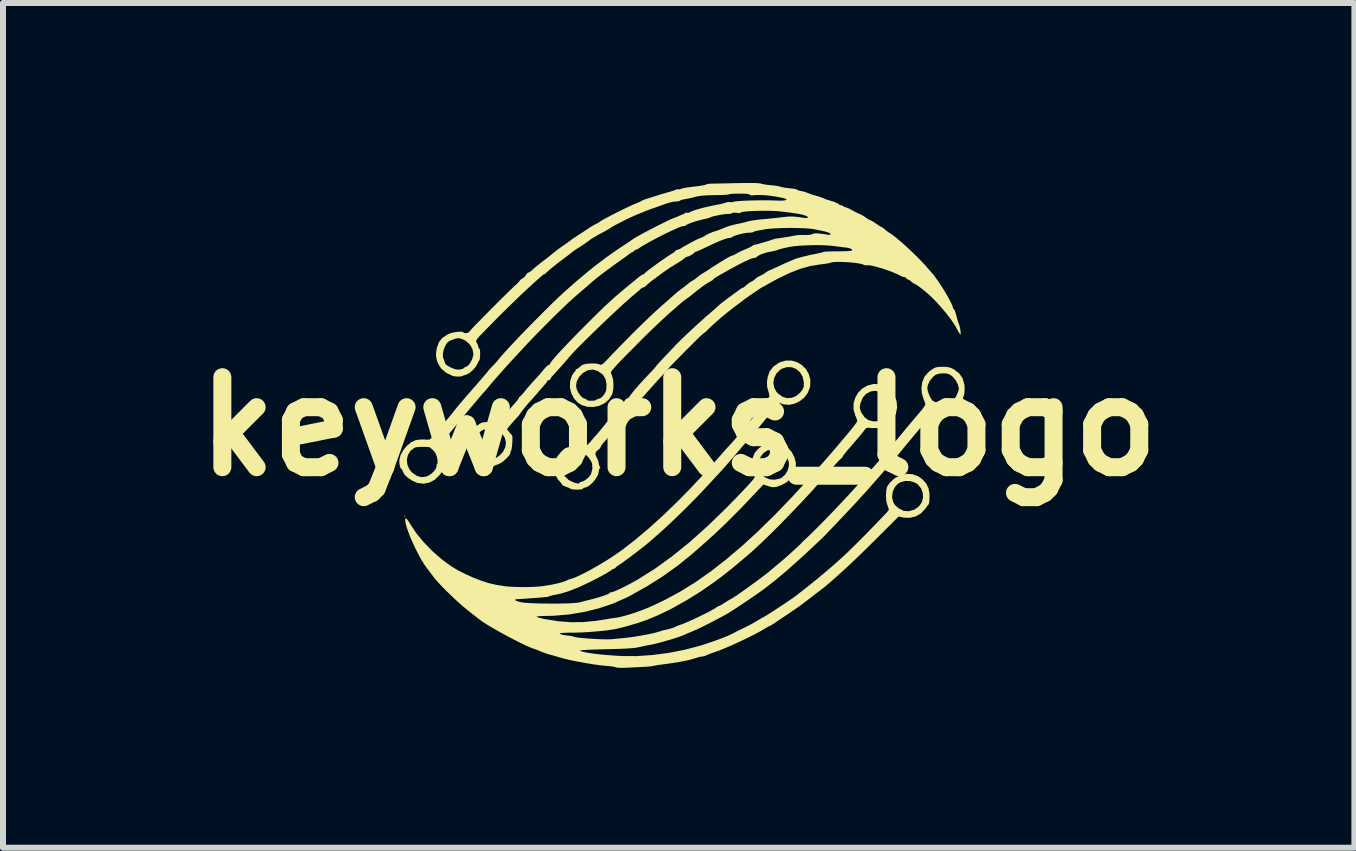
<source format=kicad_pcb>
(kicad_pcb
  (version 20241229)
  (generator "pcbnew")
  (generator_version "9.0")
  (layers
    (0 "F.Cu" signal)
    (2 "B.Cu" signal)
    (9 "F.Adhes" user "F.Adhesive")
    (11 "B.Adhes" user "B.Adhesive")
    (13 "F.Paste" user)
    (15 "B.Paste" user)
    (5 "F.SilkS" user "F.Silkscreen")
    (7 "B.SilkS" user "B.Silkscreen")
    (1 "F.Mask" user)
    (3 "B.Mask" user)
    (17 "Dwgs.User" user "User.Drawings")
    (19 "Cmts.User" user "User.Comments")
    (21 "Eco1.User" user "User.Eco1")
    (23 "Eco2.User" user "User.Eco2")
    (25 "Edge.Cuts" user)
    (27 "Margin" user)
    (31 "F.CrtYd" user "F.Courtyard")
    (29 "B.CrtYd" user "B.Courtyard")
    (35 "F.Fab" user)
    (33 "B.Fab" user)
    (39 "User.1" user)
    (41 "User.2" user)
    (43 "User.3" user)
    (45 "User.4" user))
  (footprint "keyworks_logo"
    (layer "F.Cu")
    (at 8.264 4.06)
    (property "Reference" "keyworks_logo" (at 0 0 0) (layer "F.SilkS") (effects (font (size 1.5 1.5) (thickness 0.3))))
    (attr board_only exclude_from_pos_files exclude_from_bom)
    (fp_poly (pts (xy -4.562 1.486) (xy -4.56 1.506) (xy -4.562 1.508) (xy -4.572 1.506) (xy -4.573 1.497) (xy -4.567 1.483)) (stroke (width 0) (type solid)) (fill yes) (layer "F.SilkS"))
    (fp_poly (pts (xy 1.883 -1.098) (xy 1.974 -1.072) (xy 2.055 -1.024) (xy 2.122 -0.956) (xy 2.169 -0.874) (xy 2.195 -0.779) (xy 2.193 -0.677) (xy 2.188 -0.651) (xy 2.153 -0.561) (xy 2.095 -0.483) (xy 2.019 -0.422) (xy 1.932 -0.38) (xy 1.84 -0.361) (xy 1.749 -0.369) (xy 1.721 -0.378) (xy 1.704 -0.384) (xy 1.691 -0.386) (xy 1.676 -0.382) (xy 1.657 -0.368) (xy 1.63 -0.341) (xy 1.593 -0.298) (xy 1.542 -0.236) (xy 1.475 -0.153) (xy 1.457 -0.132) (xy 1.37 -0.025) (xy 1.3 0.059) (xy 1.247 0.121) (xy 1.199 0.176) (xy 1.136 0.249) (xy 1.064 0.332) (xy 0.99 0.418) (xy 0.92 0.5) (xy 0.86 0.57) (xy 0.848 0.584) (xy 0.789 0.652) (xy 0.724 0.725) (xy 0.665 0.79) (xy 0.657 0.798) (xy 0.606 0.853) (xy 0.542 0.922) (xy 0.475 0.994) (xy 0.436 1.036) (xy 0.279 1.202) (xy 0.107 1.375) (xy -0.072 1.548) (xy -0.249 1.714) (xy -0.419 1.865) (xy -0.51 1.943) (xy -0.57 1.992) (xy -0.644 2.05) (xy -0.724 2.112) (xy -0.805 2.173) (xy -0.882 2.229) (xy -0.946 2.276) (xy -0.994 2.308) (xy -1.005 2.315) (xy -1.037 2.337) (xy -1.053 2.355) (xy -1.053 2.356) (xy -1.066 2.368) (xy -1.074 2.369) (xy -1.104 2.38) (xy -1.115 2.389) (xy -1.146 2.411) (xy -1.201 2.445) (xy -1.278 2.488) (xy -1.372 2.538) (xy -1.472 2.589) (xy -1.664 2.679) (xy -1.833 2.746) (xy -1.98 2.79) (xy -2.056 2.805) (xy -2.105 2.814) (xy -2.14 2.824) (xy -2.147 2.827) (xy -2.176 2.838) (xy -2.196 2.842) (xy -2.234 2.845) (xy -2.295 2.851) (xy -2.372 2.857) (xy -2.456 2.863) (xy -2.538 2.869) (xy -2.608 2.874) (xy -2.66 2.877) (xy -2.677 2.878) (xy -2.718 2.882) (xy -2.729 2.892) (xy -2.71 2.906) (xy -2.664 2.921) (xy -2.628 2.93) (xy -2.577 2.937) (xy -2.502 2.943) (xy -2.406 2.948) (xy -2.297 2.951) (xy -2.18 2.952) (xy -2.062 2.953) (xy -1.948 2.951) (xy -1.843 2.949) (xy -1.755 2.944) (xy -1.688 2.939) (xy -1.653 2.933) (xy -1.601 2.919) (xy -1.534 2.901) (xy -1.481 2.888) (xy -1.395 2.866) (xy -1.314 2.842) (xy -1.244 2.82) (xy -1.19 2.799) (xy -1.158 2.784) (xy -1.152 2.777) (xy -1.138 2.766) (xy -1.123 2.764) (xy -1.091 2.756) (xy -1.037 2.734) (xy -0.965 2.701) (xy -0.88 2.659) (xy -0.789 2.611) (xy -0.696 2.559) (xy -0.658 2.537) (xy -0.385 2.364) (xy -0.104 2.16) (xy 0.186 1.925) (xy 0.485 1.658) (xy 0.793 1.359) (xy 0.827 1.324) (xy 0.952 1.197) (xy 1.057 1.088) (xy 1.141 0.998) (xy 1.205 0.928) (xy 1.247 0.878) (xy 1.266 0.851) (xy 1.267 0.846) (xy 1.261 0.814) (xy 1.252 0.786) (xy 1.222 0.701) (xy 1.208 0.638) (xy 1.334 0.638) (xy 1.336 0.66) (xy 1.348 0.736) (xy 1.376 0.792) (xy 1.427 0.839) (xy 1.456 0.858) (xy 1.524 0.883) (xy 1.604 0.887) (xy 1.683 0.87) (xy 1.719 0.854) (xy 1.775 0.803) (xy 1.817 0.733) (xy 1.838 0.655) (xy 1.838 0.606) (xy 1.812 0.521) (xy 1.766 0.453) (xy 1.703 0.406) (xy 1.631 0.38) (xy 1.555 0.377) (xy 1.48 0.398) (xy 1.413 0.444) (xy 1.373 0.495) (xy 1.347 0.542) (xy 1.335 0.584) (xy 1.334 0.638) (xy 1.208 0.638) (xy 1.208 0.636) (xy 1.209 0.596) (xy 1.213 0.589) (xy 1.227 0.559) (xy 1.239 0.514) (xy 1.241 0.506) (xy 1.266 0.445) (xy 1.315 0.383) (xy 1.382 0.327) (xy 1.439 0.294) (xy 1.536 0.266) (xy 1.635 0.268) (xy 1.73 0.296) (xy 1.814 0.348) (xy 1.883 0.422) (xy 1.93 0.514) (xy 1.931 0.517) (xy 1.953 0.603) (xy 1.954 0.675) (xy 1.934 0.748) (xy 1.918 0.782) (xy 1.867 0.866) (xy 1.801 0.929) (xy 1.714 0.977) (xy 1.693 0.985) (xy 1.628 1.007) (xy 1.574 1.013) (xy 1.516 1.002) (xy 1.467 0.986) (xy 1.413 0.967) (xy 1.245 1.145) (xy 1.065 1.335) (xy 0.898 1.504) (xy 0.741 1.659) (xy 0.587 1.804) (xy 0.429 1.946) (xy 0.329 2.034) (xy 0.305 2.055) (xy 0.264 2.09) (xy 0.216 2.133) (xy 0.211 2.137) (xy -0.013 2.318) (xy -0.263 2.497) (xy -0.534 2.668) (xy -0.819 2.827) (xy -0.872 2.854) (xy -1.086 2.949) (xy -1.321 3.029) (xy -1.571 3.091) (xy -1.828 3.134) (xy -2.082 3.155) (xy -2.184 3.158) (xy -2.257 3.159) (xy -2.317 3.162) (xy -2.356 3.167) (xy -2.369 3.171) (xy -2.354 3.18) (xy -2.314 3.192) (xy -2.256 3.206) (xy -2.225 3.212) (xy -2.005 3.247) (xy -1.796 3.263) (xy -1.588 3.261) (xy -1.371 3.239) (xy -1.209 3.214) (xy -1.143 3.202) (xy -1.086 3.194) (xy -1.049 3.189) (xy -1.045 3.189) (xy -1.01 3.183) (xy -0.954 3.17) (xy -0.885 3.152) (xy -0.814 3.132) (xy -0.75 3.111) (xy -0.74 3.108) (xy -0.622 3.066) (xy -0.513 3.023) (xy -0.403 2.974) (xy -0.281 2.916) (xy -0.206 2.879) (xy 0.036 2.747) (xy 0.282 2.594) (xy 0.532 2.419) (xy 0.787 2.22) (xy 1.05 1.998) (xy 1.321 1.75) (xy 1.6 1.477) (xy 1.89 1.176) (xy 2.191 0.847) (xy 2.502 0.493) (xy 2.625 0.35) (xy 2.727 0.229) (xy 2.81 0.131) (xy 2.875 0.052) (xy 2.923 -0.009) (xy 2.955 -0.052) (xy 2.973 -0.08) (xy 2.977 -0.093) (xy 2.971 -0.118) (xy 2.955 -0.16) (xy 2.945 -0.183) (xy 2.916 -0.283) (xy 2.916 -0.303) (xy 3.02 -0.303) (xy 3.031 -0.266) (xy 3.047 -0.231) (xy 3.099 -0.154) (xy 3.163 -0.106) (xy 3.242 -0.086) (xy 3.294 -0.086) (xy 3.357 -0.094) (xy 3.4 -0.11) (xy 3.439 -0.14) (xy 3.44 -0.141) (xy 3.501 -0.213) (xy 3.532 -0.288) (xy 3.537 -0.337) (xy 3.522 -0.419) (xy 3.481 -0.491) (xy 3.421 -0.547) (xy 3.348 -0.583) (xy 3.268 -0.595) (xy 3.199 -0.583) (xy 3.122 -0.542) (xy 3.068 -0.48) (xy 3.033 -0.393) (xy 3.033 -0.393) (xy 3.021 -0.34) (xy 3.02 -0.303) (xy 2.916 -0.303) (xy 2.916 -0.384) (xy 2.943 -0.478) (xy 2.992 -0.563) (xy 3.062 -0.633) (xy 3.148 -0.683) (xy 3.247 -0.708) (xy 3.283 -0.709) (xy 3.377 -0.694) (xy 3.468 -0.652) (xy 3.546 -0.588) (xy 3.597 -0.519) (xy 3.634 -0.418) (xy 3.642 -0.314) (xy 3.621 -0.212) (xy 3.573 -0.119) (xy 3.509 -0.051) (xy 3.422 0.003) (xy 3.325 0.027) (xy 3.222 0.026) (xy 3.168 0.021) (xy 3.136 0.024) (xy 3.115 0.037) (xy 3.094 0.064) (xy 3.078 0.085) (xy 3.061 0.108) (xy 3.038 0.136) (xy 3.007 0.174) (xy 2.963 0.224) (xy 2.904 0.293) (xy 2.848 0.357) (xy 2.8 0.413) (xy 2.762 0.461) (xy 2.737 0.496) (xy 2.731 0.509) (xy 2.72 0.526) (xy 2.716 0.526) (xy 2.702 0.538) (xy 2.669 0.571) (xy 2.623 0.621) (xy 2.567 0.684) (xy 2.515 0.744) (xy 2.363 0.918) (xy 2.201 1.098) (xy 2.032 1.28) (xy 1.861 1.459) (xy 1.693 1.632) (xy 1.531 1.793) (xy 1.38 1.939) (xy 1.244 2.065) (xy 1.214 2.092) (xy 1.14 2.156) (xy 1.056 2.227) (xy 0.968 2.301) (xy 0.882 2.372) (xy 0.803 2.435) (xy 0.737 2.487) (xy 0.691 2.522) (xy 0.652 2.55) (xy 0.603 2.585) (xy 0.584 2.6) (xy 0.366 2.752) (xy 0.129 2.899) (xy -0.111 3.033) (xy -0.18 3.068) (xy -0.352 3.15) (xy -0.515 3.218) (xy -0.681 3.276) (xy -0.861 3.329) (xy -1.012 3.368) (xy -1.096 3.384) (xy -1.206 3.4) (xy -1.333 3.413) (xy -1.468 3.425) (xy -1.605 3.433) (xy -1.736 3.437) (xy -1.776 3.437) (xy -1.868 3.438) (xy -1.93 3.441) (xy -1.967 3.445) (xy -1.98 3.452) (xy -1.978 3.457) (xy -1.952 3.469) (xy -1.905 3.479) (xy -1.864 3.484) (xy -1.809 3.49) (xy -1.768 3.498) (xy -1.752 3.504) (xy -1.728 3.511) (xy -1.677 3.519) (xy -1.606 3.527) (xy -1.522 3.534) (xy -1.431 3.54) (xy -1.339 3.545) (xy -1.253 3.548) (xy -1.18 3.549) (xy -1.126 3.547) (xy -1.115 3.546) (xy -1.045 3.539) (xy -0.975 3.532) (xy -0.938 3.529) (xy -0.844 3.519) (xy -0.737 3.505) (xy -0.625 3.486) (xy -0.516 3.466) (xy -0.418 3.445) (xy -0.339 3.424) (xy -0.296 3.41) (xy -0.258 3.398) (xy -0.247 3.396) (xy -0.187 3.383) (xy -0.129 3.367) (xy -0.082 3.352) (xy -0.058 3.341) (xy -0.033 3.328) (xy 0.011 3.311) (xy 0.025 3.307) (xy 0.079 3.287) (xy 0.151 3.257) (xy 0.235 3.22) (xy 0.324 3.178) (xy 0.412 3.135) (xy 0.493 3.095) (xy 0.561 3.058) (xy 0.609 3.03) (xy 0.626 3.017) (xy 0.654 2.998) (xy 0.668 2.994) (xy 0.689 2.986) (xy 0.728 2.964) (xy 0.771 2.936) (xy 0.817 2.907) (xy 0.851 2.886) (xy 0.865 2.879) (xy 0.885 2.869) (xy 0.926 2.843) (xy 0.985 2.804) (xy 1.056 2.754) (xy 1.136 2.697) (xy 1.22 2.636) (xy 1.304 2.575) (xy 1.383 2.516) (xy 1.453 2.463) (xy 1.509 2.419) (xy 1.547 2.387) (xy 1.548 2.385) (xy 1.576 2.361) (xy 1.618 2.326) (xy 1.647 2.303) (xy 1.7 2.258) (xy 1.767 2.201) (xy 1.84 2.136) (xy 1.913 2.07) (xy 1.979 2.009) (xy 2.032 1.958) (xy 2.061 1.928) (xy 2.092 1.897) (xy 2.103 1.887) (xy 2.171 1.824) (xy 2.257 1.74) (xy 2.358 1.639) (xy 2.469 1.526) (xy 2.587 1.403) (xy 2.708 1.275) (xy 2.829 1.146) (xy 2.945 1.019) (xy 3.053 0.899) (xy 3.148 0.791) (xy 3.195 0.738) (xy 3.239 0.686) (xy 3.271 0.65) (xy 3.321 0.593) (xy 3.388 0.514) (xy 3.47 0.418) (xy 3.562 0.308) (xy 3.663 0.189) (xy 3.764 0.067) (xy 3.81 0.011) (xy 3.847 -0.032) (xy 3.88 -0.072) (xy 3.915 -0.113) (xy 3.959 -0.165) (xy 4.017 -0.234) (xy 4.025 -0.243) (xy 4.066 -0.293) (xy 4.096 -0.336) (xy 4.112 -0.364) (xy 4.113 -0.369) (xy 4.106 -0.396) (xy 4.09 -0.44) (xy 4.08 -0.463) (xy 4.055 -0.55) (xy 4.047 -0.633) (xy 4.048 -0.64) (xy 4.146 -0.64) (xy 4.153 -0.591) (xy 4.173 -0.532) (xy 4.2 -0.476) (xy 4.227 -0.436) (xy 4.233 -0.43) (xy 4.295 -0.398) (xy 4.376 -0.382) (xy 4.464 -0.386) (xy 4.512 -0.396) (xy 4.553 -0.413) (xy 4.585 -0.442) (xy 4.619 -0.493) (xy 4.623 -0.498) (xy 4.649 -0.554) (xy 4.667 -0.606) (xy 4.671 -0.633) (xy 4.656 -0.699) (xy 4.62 -0.768) (xy 4.57 -0.829) (xy 4.54 -0.852) (xy 4.499 -0.875) (xy 4.458 -0.885) (xy 4.401 -0.885) (xy 4.388 -0.885) (xy 4.326 -0.877) (xy 4.283 -0.861) (xy 4.245 -0.831) (xy 4.244 -0.83) (xy 4.185 -0.759) (xy 4.152 -0.685) (xy 4.146 -0.64) (xy 4.048 -0.64) (xy 4.061 -0.742) (xy 4.101 -0.834) (xy 4.171 -0.912) (xy 4.202 -0.936) (xy 4.248 -0.967) (xy 4.287 -0.985) (xy 4.332 -0.993) (xy 4.396 -0.995) (xy 4.399 -0.995) (xy 4.468 -0.993) (xy 4.519 -0.984) (xy 4.565 -0.965) (xy 4.594 -0.949) (xy 4.677 -0.885) (xy 4.733 -0.804) (xy 4.762 -0.705) (xy 4.768 -0.657) (xy 4.764 -0.553) (xy 4.739 -0.467) (xy 4.688 -0.392) (xy 4.609 -0.323) (xy 4.582 -0.305) (xy 4.544 -0.286) (xy 4.496 -0.275) (xy 4.427 -0.271) (xy 4.404 -0.27) (xy 4.275 -0.269) (xy 4.19 -0.168) (xy 4.152 -0.123) (xy 4.101 -0.062) (xy 4.041 0.01) (xy 3.976 0.088) (xy 3.91 0.166) (xy 3.849 0.24) (xy 3.796 0.303) (xy 3.756 0.352) (xy 3.734 0.378) (xy 3.692 0.43) (xy 3.651 0.48) (xy 3.602 0.537) (xy 3.555 0.592) (xy 3.515 0.639) (xy 3.463 0.698) (xy 3.403 0.767) (xy 3.34 0.84) (xy 3.276 0.912) (xy 3.217 0.98) (xy 3.165 1.039) (xy 3.124 1.085) (xy 3.099 1.113) (xy 3.093 1.119) (xy 3.079 1.134) (xy 3.048 1.167) (xy 3.007 1.212) (xy 2.995 1.226) (xy 2.951 1.274) (xy 2.893 1.337) (xy 2.825 1.409) (xy 2.75 1.488) (xy 2.674 1.569) (xy 2.599 1.648) (xy 2.529 1.721) (xy 2.468 1.785) (xy 2.42 1.834) (xy 2.389 1.866) (xy 2.38 1.874) (xy 2.354 1.898) (xy 2.312 1.937) (xy 2.264 1.983) (xy 2.256 1.991) (xy 2.193 2.05) (xy 2.111 2.126) (xy 2.014 2.214) (xy 1.907 2.309) (xy 1.802 2.403) (xy 1.717 2.475) (xy 1.621 2.555) (xy 1.521 2.634) (xy 1.429 2.705) (xy 1.367 2.75) (xy 1.295 2.801) (xy 1.212 2.858) (xy 1.124 2.918) (xy 1.037 2.976) (xy 0.955 3.03) (xy 0.884 3.076) (xy 0.83 3.11) (xy 0.798 3.129) (xy 0.757 3.151) (xy 0.701 3.181) (xy 0.65 3.208) (xy 0.523 3.275) (xy 0.404 3.335) (xy 0.299 3.385) (xy 0.216 3.421) (xy 0.214 3.422) (xy 0.16 3.444) (xy 0.115 3.463) (xy 0.096 3.472) (xy 0.053 3.49) (xy -0.014 3.514) (xy -0.097 3.541) (xy -0.189 3.568) (xy -0.28 3.594) (xy -0.364 3.616) (xy -0.433 3.632) (xy -0.452 3.636) (xy -0.525 3.649) (xy -0.608 3.667) (xy -0.658 3.678) (xy -0.708 3.688) (xy -0.776 3.695) (xy -0.866 3.702) (xy -0.98 3.707) (xy -1.122 3.711) (xy -1.205 3.713) (xy -1.321 3.716) (xy -1.426 3.719) (xy -1.515 3.723) (xy -1.584 3.727) (xy -1.629 3.731) (xy -1.645 3.734) (xy -1.645 3.734) (xy -1.629 3.746) (xy -1.585 3.759) (xy -1.515 3.773) (xy -1.425 3.786) (xy -1.317 3.799) (xy -1.197 3.81) (xy -1.068 3.82) (xy -0.946 3.827) (xy -0.7 3.828) (xy -0.438 3.81) (xy -0.169 3.775) (xy 0.097 3.723) (xy 0.351 3.657) (xy 0.461 3.622) (xy 0.594 3.576) (xy 0.702 3.537) (xy 0.788 3.503) (xy 0.859 3.472) (xy 0.92 3.442) (xy 0.954 3.424) (xy 0.98 3.41) (xy 1.027 3.387) (xy 1.085 3.359) (xy 1.094 3.355) (xy 1.161 3.322) (xy 1.226 3.287) (xy 1.275 3.259) (xy 1.275 3.259) (xy 1.332 3.224) (xy 1.396 3.188) (xy 1.415 3.178) (xy 1.455 3.155) (xy 1.515 3.117) (xy 1.59 3.069) (xy 1.673 3.015) (xy 1.758 2.959) (xy 1.837 2.905) (xy 1.906 2.858) (xy 1.957 2.821) (xy 1.976 2.807) (xy 2.021 2.771) (xy 2.067 2.736) (xy 2.183 2.644) (xy 2.31 2.541) (xy 2.44 2.432) (xy 2.566 2.325) (xy 2.679 2.225) (xy 2.763 2.148) (xy 2.825 2.089) (xy 2.898 2.018) (xy 2.978 1.939) (xy 3.062 1.855) (xy 3.147 1.769) (xy 3.23 1.684) (xy 3.307 1.604) (xy 3.376 1.532) (xy 3.434 1.471) (xy 3.476 1.425) (xy 3.5 1.396) (xy 3.504 1.389) (xy 3.498 1.362) (xy 3.483 1.32) (xy 3.478 1.306) (xy 3.461 1.243) (xy 3.456 1.166) (xy 3.558 1.166) (xy 3.561 1.196) (xy 3.577 1.259) (xy 3.602 1.304) (xy 3.644 1.345) (xy 3.672 1.366) (xy 3.75 1.406) (xy 3.833 1.413) (xy 3.921 1.389) (xy 3.94 1.38) (xy 4.008 1.33) (xy 4.053 1.263) (xy 4.074 1.187) (xy 4.07 1.109) (xy 4.043 1.034) (xy 3.991 0.97) (xy 3.947 0.939) (xy 3.866 0.911) (xy 3.779 0.908) (xy 3.697 0.93) (xy 3.656 0.954) (xy 3.603 1.011) (xy 3.569 1.086) (xy 3.558 1.166) (xy 3.456 1.166) (xy 3.456 1.161) (xy 3.457 1.125) (xy 3.462 1.06) (xy 3.471 1.016) (xy 3.489 0.98) (xy 3.52 0.939) (xy 3.529 0.929) (xy 3.609 0.857) (xy 3.701 0.811) (xy 3.8 0.79) (xy 3.9 0.796) (xy 3.993 0.83) (xy 4.061 0.878) (xy 4.125 0.949) (xy 4.164 1.026) (xy 4.181 1.118) (xy 4.182 1.164) (xy 4.18 1.225) (xy 4.176 1.272) (xy 4.169 1.296) (xy 4.168 1.298) (xy 4.151 1.316) (xy 4.124 1.353) (xy 4.104 1.38) (xy 4.038 1.45) (xy 3.953 1.498) (xy 3.856 1.522) (xy 3.755 1.52) (xy 3.738 1.516) (xy 3.668 1.5) (xy 3.277 1.89) (xy 3.14 2.026) (xy 3.003 2.159) (xy 2.869 2.286) (xy 2.742 2.404) (xy 2.625 2.51) (xy 2.522 2.6) (xy 2.436 2.673) (xy 2.385 2.712) (xy 2.34 2.747) (xy 2.284 2.79) (xy 2.243 2.821) (xy 2.146 2.896) (xy 2.065 2.958) (xy 1.99 3.012) (xy 1.911 3.067) (xy 1.818 3.13) (xy 1.785 3.152) (xy 1.72 3.195) (xy 1.657 3.238) (xy 1.606 3.272) (xy 1.601 3.276) (xy 1.56 3.303) (xy 1.531 3.32) (xy 1.523 3.323) (xy 1.504 3.331) (xy 1.468 3.351) (xy 1.451 3.362) (xy 1.369 3.41) (xy 1.265 3.466) (xy 1.145 3.526) (xy 1.017 3.587) (xy 0.89 3.645) (xy 0.77 3.697) (xy 0.665 3.739) (xy 0.609 3.759) (xy 0.544 3.781) (xy 0.492 3.801) (xy 0.459 3.816) (xy 0.453 3.819) (xy 0.425 3.83) (xy 0.399 3.833) (xy 0.364 3.838) (xy 0.31 3.852) (xy 0.259 3.868) (xy 0.186 3.889) (xy 0.096 3.909) (xy -0.016 3.93) (xy -0.154 3.951) (xy -0.263 3.966) (xy -0.33 3.975) (xy -0.386 3.984) (xy -0.422 3.991) (xy -0.428 3.993) (xy -0.456 3.998) (xy -0.506 4.003) (xy -0.569 4.007) (xy -0.576 4.007) (xy -0.65 4.011) (xy -0.741 4.015) (xy -0.834 4.02) (xy -0.865 4.021) (xy -0.936 4.024) (xy -0.995 4.023) (xy -1.034 4.019) (xy -1.046 4.015) (xy -1.068 4.007) (xy -1.115 4) (xy -1.176 3.993) (xy -1.193 3.992) (xy -1.29 3.983) (xy -1.409 3.967) (xy -1.539 3.946) (xy -1.671 3.922) (xy -1.797 3.897) (xy -1.908 3.871) (xy -1.982 3.85) (xy -2.051 3.83) (xy -2.117 3.811) (xy -2.163 3.799) (xy -2.223 3.78) (xy -2.286 3.756) (xy -2.295 3.752) (xy -2.355 3.727) (xy -2.418 3.704) (xy -2.426 3.701) (xy -2.486 3.679) (xy -2.567 3.642) (xy -2.665 3.594) (xy -2.773 3.539) (xy -2.886 3.479) (xy -2.997 3.418) (xy -3.102 3.358) (xy -3.194 3.303) (xy -3.268 3.256) (xy -3.312 3.224) (xy -3.332 3.209) (xy -3.372 3.177) (xy -3.427 3.134) (xy -3.491 3.084) (xy -3.504 3.074) (xy -3.588 3.005) (xy -3.682 2.923) (xy -3.778 2.833) (xy -3.873 2.741) (xy -3.96 2.653) (xy -4.033 2.573) (xy -4.088 2.507) (xy -4.096 2.495) (xy -4.136 2.442) (xy -4.175 2.39) (xy -4.194 2.366) (xy -4.241 2.3) (xy -4.291 2.219) (xy -4.341 2.128) (xy -4.39 2.031) (xy -4.436 1.932) (xy -4.477 1.836) (xy -4.512 1.745) (xy -4.539 1.666) (xy -4.555 1.601) (xy -4.559 1.555) (xy -4.551 1.532) (xy -4.544 1.53) (xy -4.53 1.543) (xy -4.505 1.578) (xy -4.474 1.628) (xy -4.467 1.639) (xy -4.371 1.783) (xy -4.25 1.929) (xy -4.111 2.073) (xy -3.961 2.205) (xy -3.805 2.321) (xy -3.792 2.33) (xy -3.681 2.397) (xy -3.552 2.462) (xy -3.416 2.523) (xy -3.279 2.575) (xy -3.152 2.615) (xy -3.042 2.64) (xy -3.035 2.641) (xy -2.975 2.65) (xy -2.921 2.659) (xy -2.904 2.662) (xy -2.835 2.669) (xy -2.743 2.674) (xy -2.637 2.677) (xy -2.527 2.677) (xy -2.421 2.674) (xy -2.328 2.668) (xy -2.295 2.665) (xy -2.21 2.653) (xy -2.122 2.638) (xy -2.036 2.62) (xy -1.96 2.601) (xy -1.902 2.583) (xy -1.869 2.568) (xy -1.868 2.568) (xy -1.84 2.554) (xy -1.803 2.543) (xy -1.736 2.521) (xy -1.649 2.482) (xy -1.544 2.43) (xy -1.429 2.367) (xy -1.307 2.296) (xy -1.183 2.221) (xy -1.064 2.143) (xy -0.953 2.066) (xy -0.928 2.048) (xy -0.717 1.883) (xy -0.493 1.694) (xy -0.26 1.483) (xy -0.023 1.255) (xy 0.215 1.013) (xy 0.449 0.761) (xy 0.596 0.597) (xy 0.658 0.527) (xy 0.714 0.463) (xy 0.76 0.411) (xy 0.791 0.376) (xy 0.801 0.365) (xy 0.852 0.311) (xy 0.913 0.242) (xy 0.984 0.16) (xy 1.059 0.071) (xy 1.138 -0.023) (xy 1.216 -0.117) (xy 1.29 -0.209) (xy 1.359 -0.295) (xy 1.418 -0.371) (xy 1.466 -0.434) (xy 1.498 -0.479) (xy 1.513 -0.505) (xy 1.513 -0.507) (xy 1.507 -0.547) (xy 1.495 -0.587) (xy 1.475 -0.66) (xy 1.473 -0.727) (xy 1.579 -0.727) (xy 1.593 -0.647) (xy 1.632 -0.575) (xy 1.656 -0.55) (xy 1.732 -0.495) (xy 1.807 -0.472) (xy 1.887 -0.479) (xy 1.949 -0.504) (xy 1.991 -0.532) (xy 2.034 -0.574) (xy 2.045 -0.589) (xy 2.073 -0.629) (xy 2.086 -0.667) (xy 2.087 -0.715) (xy 2.086 -0.742) (xy 2.066 -0.832) (xy 2.023 -0.904) (xy 1.962 -0.957) (xy 1.889 -0.987) (xy 1.81 -0.991) (xy 1.729 -0.967) (xy 1.69 -0.944) (xy 1.629 -0.883) (xy 1.592 -0.809) (xy 1.579 -0.727) (xy 1.473 -0.727) (xy 1.472 -0.741) (xy 1.484 -0.825) (xy 1.517 -0.919) (xy 1.579 -0.998) (xy 1.667 -1.06) (xy 1.688 -1.07) (xy 1.787 -1.099)) (stroke (width 0) (type solid)) (fill yes) (layer "F.SilkS"))
    (fp_poly (pts (xy 1.289 -4.058) (xy 1.346 -4.054) (xy 1.373 -4.049) (xy 1.405 -4.04) (xy 1.459 -4.031) (xy 1.525 -4.024) (xy 1.537 -4.022) (xy 1.602 -4.016) (xy 1.657 -4.007) (xy 1.691 -3.999) (xy 1.694 -3.998) (xy 1.723 -3.989) (xy 1.775 -3.98) (xy 1.838 -3.972) (xy 1.848 -3.972) (xy 1.908 -3.965) (xy 1.952 -3.957) (xy 1.973 -3.949) (xy 1.974 -3.948) (xy 1.989 -3.938) (xy 2.025 -3.928) (xy 2.041 -3.925) (xy 2.09 -3.915) (xy 2.13 -3.902) (xy 2.135 -3.899) (xy 2.164 -3.888) (xy 2.214 -3.87) (xy 2.276 -3.851) (xy 2.287 -3.848) (xy 2.347 -3.83) (xy 2.396 -3.813) (xy 2.424 -3.801) (xy 2.426 -3.8) (xy 2.451 -3.788) (xy 2.495 -3.774) (xy 2.517 -3.768) (xy 2.595 -3.744) (xy 2.653 -3.718) (xy 2.685 -3.693) (xy 2.696 -3.686) (xy 2.698 -3.69) (xy 2.709 -3.692) (xy 2.734 -3.678) (xy 2.769 -3.658) (xy 2.791 -3.652) (xy 2.816 -3.644) (xy 2.858 -3.624) (xy 2.892 -3.605) (xy 2.944 -3.576) (xy 2.991 -3.553) (xy 3.012 -3.545) (xy 3.049 -3.528) (xy 3.097 -3.499) (xy 3.117 -3.485) (xy 3.157 -3.458) (xy 3.188 -3.441) (xy 3.197 -3.438) (xy 3.218 -3.429) (xy 3.255 -3.406) (xy 3.292 -3.381) (xy 3.337 -3.35) (xy 3.371 -3.329) (xy 3.385 -3.323) (xy 3.404 -3.313) (xy 3.435 -3.288) (xy 3.439 -3.284) (xy 3.479 -3.252) (xy 3.515 -3.227) (xy 3.515 -3.227) (xy 3.564 -3.195) (xy 3.63 -3.144) (xy 3.709 -3.077) (xy 3.796 -2.999) (xy 3.886 -2.915) (xy 3.975 -2.829) (xy 4.057 -2.745) (xy 4.128 -2.668) (xy 4.145 -2.647) (xy 4.188 -2.598) (xy 4.222 -2.559) (xy 4.243 -2.536) (xy 4.246 -2.533) (xy 4.258 -2.517) (xy 4.285 -2.479) (xy 4.323 -2.426) (xy 4.366 -2.361) (xy 4.367 -2.361) (xy 4.418 -2.281) (xy 4.467 -2.2) (xy 4.51 -2.122) (xy 4.545 -2.055) (xy 4.567 -2.003) (xy 4.573 -1.976) (xy 4.586 -1.956) (xy 4.589 -1.955) (xy 4.601 -1.937) (xy 4.616 -1.896) (xy 4.631 -1.842) (xy 4.646 -1.783) (xy 4.661 -1.735) (xy 4.671 -1.709) (xy 4.681 -1.681) (xy 4.691 -1.64) (xy 4.698 -1.595) (xy 4.702 -1.557) (xy 4.701 -1.535) (xy 4.696 -1.534) (xy 4.675 -1.562) (xy 4.645 -1.614) (xy 4.62 -1.662) (xy 4.581 -1.725) (xy 4.525 -1.805) (xy 4.455 -1.894) (xy 4.377 -1.986) (xy 4.297 -2.075) (xy 4.221 -2.153) (xy 4.156 -2.213) (xy 4.073 -2.282) (xy 4.011 -2.33) (xy 3.967 -2.361) (xy 3.938 -2.375) (xy 3.938 -2.375) (xy 3.9 -2.396) (xy 3.874 -2.419) (xy 3.844 -2.443) (xy 3.822 -2.451) (xy 3.797 -2.464) (xy 3.79 -2.476) (xy 3.774 -2.492) (xy 3.765 -2.491) (xy 3.742 -2.493) (xy 3.705 -2.508) (xy 3.693 -2.515) (xy 3.636 -2.544) (xy 3.561 -2.575) (xy 3.476 -2.607) (xy 3.388 -2.636) (xy 3.303 -2.66) (xy 3.228 -2.679) (xy 3.171 -2.689) (xy 3.137 -2.688) (xy 3.102 -2.688) (xy 3.088 -2.695) (xy 3.057 -2.707) (xy 3.001 -2.719) (xy 2.927 -2.729) (xy 2.843 -2.737) (xy 2.756 -2.742) (xy 2.675 -2.744) (xy 2.606 -2.743) (xy 2.557 -2.738) (xy 2.543 -2.733) (xy 2.512 -2.724) (xy 2.458 -2.714) (xy 2.389 -2.705) (xy 2.352 -2.701) (xy 2.191 -2.674) (xy 2.023 -2.627) (xy 1.845 -2.557) (xy 1.652 -2.464) (xy 1.538 -2.402) (xy 1.481 -2.37) (xy 1.433 -2.343) (xy 1.403 -2.327) (xy 1.4 -2.326) (xy 1.375 -2.311) (xy 1.332 -2.283) (xy 1.277 -2.246) (xy 1.219 -2.206) (xy 1.165 -2.169) (xy 1.123 -2.139) (xy 1.11 -2.13) (xy 1.085 -2.11) (xy 1.039 -2.076) (xy 0.98 -2.031) (xy 0.915 -1.982) (xy 0.816 -1.905) (xy 0.717 -1.824) (xy 0.625 -1.744) (xy 0.545 -1.672) (xy 0.485 -1.613) (xy 0.481 -1.608) (xy 0.451 -1.579) (xy 0.431 -1.563) (xy 0.429 -1.563) (xy 0.412 -1.551) (xy 0.376 -1.519) (xy 0.321 -1.467) (xy 0.252 -1.398) (xy 0.169 -1.316) (xy 0.076 -1.222) (xy 0.038 -1.183) (xy -0.017 -1.127) (xy -0.064 -1.079) (xy -0.099 -1.044) (xy -0.115 -1.028) (xy -0.136 -1.006) (xy -0.168 -0.97) (xy -0.182 -0.954) (xy -0.215 -0.916) (xy -0.263 -0.863) (xy -0.317 -0.804) (xy -0.345 -0.773) (xy -0.399 -0.714) (xy -0.466 -0.639) (xy -0.54 -0.556) (xy -0.611 -0.476) (xy -0.624 -0.461) (xy -0.687 -0.39) (xy -0.745 -0.325) (xy -0.795 -0.27) (xy -0.831 -0.232) (xy -0.84 -0.222) (xy -0.87 -0.189) (xy -0.887 -0.165) (xy -0.888 -0.161) (xy -0.899 -0.142) (xy -0.924 -0.113) (xy -0.925 -0.112) (xy -0.956 -0.078) (xy -0.997 -0.031) (xy -1.028 0.007) (xy -1.105 0.101) (xy -1.167 0.175) (xy -1.221 0.235) (xy -1.246 0.263) (xy -1.278 0.301) (xy -1.297 0.332) (xy -1.299 0.341) (xy -1.312 0.364) (xy -1.339 0.387) (xy -1.379 0.423) (xy -1.389 0.463) (xy -1.369 0.513) (xy -1.366 0.518) (xy -1.343 0.564) (xy -1.333 0.607) (xy -1.333 0.611) (xy -1.326 0.65) (xy -1.315 0.669) (xy -1.306 0.689) (xy -1.315 0.698) (xy -1.328 0.721) (xy -1.333 0.753) (xy -1.345 0.806) (xy -1.378 0.866) (xy -1.424 0.925) (xy -1.477 0.975) (xy -1.529 1.009) (xy -1.57 1.02) (xy -1.593 1.029) (xy -1.596 1.036) (xy -1.61 1.045) (xy -1.647 1.051) (xy -1.695 1.053) (xy -1.745 1.051) (xy -1.784 1.046) (xy -1.802 1.038) (xy -1.827 1.024) (xy -1.869 1.008) (xy -1.88 1.004) (xy -1.919 0.989) (xy -1.94 0.976) (xy -1.941 0.973) (xy -1.951 0.955) (xy -1.976 0.924) (xy -1.98 0.92) (xy -2.018 0.875) (xy -2.041 0.83) (xy -2.052 0.775) (xy -2.056 0.701) (xy -2.056 0.679) (xy -2.056 0.678) (xy -1.958 0.678) (xy -1.942 0.758) (xy -1.899 0.831) (xy -1.835 0.891) (xy -1.754 0.932) (xy -1.744 0.935) (xy -1.697 0.948) (xy -1.672 0.952) (xy -1.66 0.947) (xy -1.653 0.938) (xy -1.63 0.923) (xy -1.617 0.921) (xy -1.581 0.909) (xy -1.537 0.879) (xy -1.494 0.84) (xy -1.465 0.8) (xy -1.461 0.792) (xy -1.438 0.704) (xy -1.443 0.623) (xy -1.45 0.6) (xy -1.475 0.554) (xy -1.509 0.509) (xy -1.544 0.475) (xy -1.573 0.461) (xy -1.574 0.461) (xy -1.594 0.451) (xy -1.596 0.444) (xy -1.611 0.435) (xy -1.649 0.429) (xy -1.686 0.428) (xy -1.762 0.434) (xy -1.821 0.456) (xy -1.835 0.465) (xy -1.885 0.511) (xy -1.927 0.574) (xy -1.953 0.641) (xy -1.958 0.678) (xy -2.056 0.678) (xy -2.053 0.598) (xy -2.044 0.542) (xy -2.029 0.51) (xy -1.998 0.468) (xy -1.961 0.425) (xy -1.925 0.389) (xy -1.897 0.366) (xy -1.888 0.362) (xy -1.866 0.355) (xy -1.826 0.338) (xy -1.806 0.329) (xy -1.745 0.306) (xy -1.69 0.297) (xy -1.65 0.302) (xy -1.637 0.313) (xy -1.615 0.325) (xy -1.579 0.329) (xy -1.545 0.322) (xy -1.51 0.297) (xy -1.469 0.252) (xy -1.427 0.202) (xy -1.386 0.155) (xy -1.365 0.132) (xy -1.329 0.091) (xy -1.288 0.041) (xy -1.275 0.025) (xy -1.228 -0.034) (xy -1.179 -0.094) (xy -1.133 -0.147) (xy -1.098 -0.187) (xy -1.08 -0.206) (xy -1.057 -0.229) (xy -1.024 -0.267) (xy -0.986 -0.312) (xy -0.949 -0.357) (xy -0.92 -0.395) (xy -0.906 -0.417) (xy -0.905 -0.419) (xy -0.893 -0.442) (xy -0.866 -0.465) (xy -0.841 -0.477) (xy -0.84 -0.477) (xy -0.823 -0.489) (xy -0.823 -0.493) (xy -0.812 -0.513) (xy -0.782 -0.551) (xy -0.738 -0.605) (xy -0.683 -0.669) (xy -0.621 -0.739) (xy -0.555 -0.81) (xy -0.49 -0.879) (xy -0.482 -0.887) (xy -0.436 -0.935) (xy -0.401 -0.974) (xy -0.381 -0.998) (xy -0.378 -1.003) (xy -0.368 -1.017) (xy -0.338 -1.051) (xy -0.294 -1.099) (xy -0.24 -1.157) (xy -0.221 -1.176) (xy -0.163 -1.237) (xy -0.113 -1.29) (xy -0.076 -1.329) (xy -0.055 -1.351) (xy -0.053 -1.354) (xy -0.014 -1.393) (xy 0.043 -1.45) (xy 0.115 -1.519) (xy 0.195 -1.594) (xy 0.278 -1.671) (xy 0.36 -1.746) (xy 0.434 -1.812) (xy 0.477 -1.85) (xy 0.543 -1.907) (xy 0.601 -1.957) (xy 0.644 -1.996) (xy 0.67 -2.019) (xy 0.674 -2.023) (xy 0.691 -2.038) (xy 0.727 -2.067) (xy 0.777 -2.105) (xy 0.834 -2.148) (xy 0.892 -2.191) (xy 0.922 -2.213) (xy 0.968 -2.246) (xy 1.016 -2.282) (xy 1.018 -2.284) (xy 1.05 -2.305) (xy 1.068 -2.313) (xy 1.069 -2.312) (xy 1.08 -2.315) (xy 1.106 -2.337) (xy 1.123 -2.352) (xy 1.163 -2.385) (xy 1.2 -2.409) (xy 1.209 -2.412) (xy 1.244 -2.432) (xy 1.276 -2.46) (xy 1.315 -2.491) (xy 1.351 -2.509) (xy 1.39 -2.527) (xy 1.436 -2.555) (xy 1.442 -2.56) (xy 1.478 -2.585) (xy 1.501 -2.598) (xy 1.504 -2.599) (xy 1.522 -2.606) (xy 1.562 -2.623) (xy 1.618 -2.649) (xy 1.649 -2.663) (xy 1.769 -2.719) (xy 1.873 -2.764) (xy 1.949 -2.796) (xy 1.989 -2.808) (xy 2.051 -2.825) (xy 2.128 -2.844) (xy 2.21 -2.863) (xy 2.29 -2.879) (xy 2.311 -2.884) (xy 2.365 -2.895) (xy 2.404 -2.905) (xy 2.418 -2.911) (xy 2.437 -2.914) (xy 2.482 -2.917) (xy 2.548 -2.919) (xy 2.627 -2.92) (xy 2.651 -2.92) (xy 2.734 -2.921) (xy 2.806 -2.923) (xy 2.859 -2.927) (xy 2.887 -2.932) (xy 2.889 -2.933) (xy 2.891 -2.951) (xy 2.864 -2.967) (xy 2.811 -2.98) (xy 2.781 -2.984) (xy 2.73 -2.99) (xy 2.659 -2.999) (xy 2.581 -3.009) (xy 2.553 -3.012) (xy 2.472 -3.019) (xy 2.367 -3.023) (xy 2.25 -3.023) (xy 2.13 -3.02) (xy 2.017 -3.014) (xy 1.921 -3.005) (xy 1.917 -3.004) (xy 1.853 -2.994) (xy 1.78 -2.979) (xy 1.711 -2.963) (xy 1.658 -2.947) (xy 1.645 -2.942) (xy 1.605 -2.93) (xy 1.549 -2.917) (xy 1.513 -2.911) (xy 1.446 -2.895) (xy 1.381 -2.873) (xy 1.328 -2.848) (xy 1.298 -2.824) (xy 1.28 -2.812) (xy 1.277 -2.812) (xy 1.242 -2.808) (xy 1.185 -2.788) (xy 1.103 -2.751) (xy 0.998 -2.698) (xy 0.867 -2.627) (xy 0.709 -2.539) (xy 0.659 -2.51) (xy 0.614 -2.483) (xy 0.584 -2.461) (xy 0.576 -2.451) (xy 0.562 -2.437) (xy 0.531 -2.42) (xy 0.476 -2.388) (xy 0.399 -2.336) (xy 0.304 -2.263) (xy 0.266 -2.233) (xy 0.217 -2.193) (xy 0.184 -2.167) (xy 0.156 -2.146) (xy 0.125 -2.124) (xy 0.103 -2.109) (xy 0.053 -2.07) (xy 0.005 -2.028) (xy 0.003 -2.027) (xy -0.044 -1.984) (xy -0.093 -1.942) (xy -0.094 -1.941) (xy -0.14 -1.902) (xy -0.204 -1.844) (xy -0.28 -1.774) (xy -0.364 -1.695) (xy -0.45 -1.613) (xy -0.533 -1.532) (xy -0.607 -1.459) (xy -0.667 -1.398) (xy -0.683 -1.382) (xy -0.702 -1.362) (xy -0.737 -1.327) (xy -0.781 -1.284) (xy -0.781 -1.283) (xy -0.882 -1.182) (xy -0.97 -1.091) (xy -1.043 -1.013) (xy -1.085 -0.966) (xy -1.116 -0.929) (xy -1.129 -0.903) (xy -1.125 -0.878) (xy -1.112 -0.849) (xy -1.094 -0.787) (xy -1.087 -0.707) (xy -1.09 -0.625) (xy -1.103 -0.552) (xy -1.11 -0.533) (xy -1.161 -0.452) (xy -1.233 -0.389) (xy -1.321 -0.346) (xy -1.417 -0.325) (xy -1.516 -0.327) (xy -1.61 -0.354) (xy -1.68 -0.397) (xy -1.746 -0.468) (xy -1.791 -0.557) (xy -1.813 -0.655) (xy -1.812 -0.677) (xy -1.711 -0.677) (xy -1.7 -0.622) (xy -1.673 -0.564) (xy -1.635 -0.512) (xy -1.594 -0.475) (xy -1.566 -0.464) (xy -1.538 -0.454) (xy -1.53 -0.443) (xy -1.516 -0.433) (xy -1.481 -0.429) (xy -1.438 -0.429) (xy -1.399 -0.433) (xy -1.375 -0.442) (xy -1.374 -0.444) (xy -1.35 -0.458) (xy -1.335 -0.461) (xy -1.298 -0.475) (xy -1.259 -0.51) (xy -1.226 -0.559) (xy -1.207 -0.609) (xy -1.207 -0.613) (xy -1.202 -0.708) (xy -1.221 -0.793) (xy -1.259 -0.859) (xy -1.27 -0.87) (xy -1.345 -0.923) (xy -1.424 -0.948) (xy -1.501 -0.942) (xy -1.51 -0.939) (xy -1.594 -0.894) (xy -1.658 -0.83) (xy -1.699 -0.752) (xy -1.711 -0.677) (xy -1.812 -0.677) (xy -1.81 -0.753) (xy -1.781 -0.844) (xy -1.775 -0.854) (xy -1.75 -0.894) (xy -1.73 -0.918) (xy -1.723 -0.921) (xy -1.716 -0.932) (xy -1.719 -0.938) (xy -1.717 -0.953) (xy -1.711 -0.954) (xy -1.693 -0.959) (xy -1.666 -0.978) (xy -1.623 -1.014) (xy -1.617 -1.02) (xy -1.583 -1.035) (xy -1.528 -1.046) (xy -1.462 -1.051) (xy -1.398 -1.051) (xy -1.344 -1.043) (xy -1.323 -1.036) (xy -1.306 -1.029) (xy -1.289 -1.029) (xy -1.267 -1.041) (xy -1.237 -1.068) (xy -1.193 -1.113) (xy -1.14 -1.169) (xy -1.021 -1.293) (xy -0.894 -1.423) (xy -0.764 -1.555) (xy -0.634 -1.683) (xy -0.511 -1.802) (xy -0.399 -1.907) (xy -0.303 -1.994) (xy -0.29 -2.006) (xy -0.22 -2.067) (xy -0.156 -2.123) (xy -0.103 -2.17) (xy -0.068 -2.202) (xy -0.057 -2.211) (xy -0.021 -2.242) (xy 0.027 -2.279) (xy 0.049 -2.295) (xy 0.097 -2.331) (xy 0.139 -2.365) (xy 0.153 -2.377) (xy 0.196 -2.41) (xy 0.232 -2.432) (xy 0.277 -2.46) (xy 0.315 -2.491) (xy 0.358 -2.526) (xy 0.398 -2.551) (xy 0.433 -2.572) (xy 0.484 -2.604) (xy 0.542 -2.643) (xy 0.554 -2.65) (xy 0.61 -2.687) (xy 0.674 -2.728) (xy 0.739 -2.767) (xy 0.797 -2.802) (xy 0.843 -2.828) (xy 0.87 -2.841) (xy 0.872 -2.842) (xy 0.919 -2.858) (xy 0.963 -2.881) (xy 0.971 -2.887) (xy 0.997 -2.902) (xy 1.045 -2.925) (xy 1.104 -2.95) (xy 1.11 -2.953) (xy 1.166 -2.977) (xy 1.209 -2.999) (xy 1.23 -3.012) (xy 1.231 -3.014) (xy 1.25 -3.026) (xy 1.259 -3.027) (xy 1.282 -3.032) (xy 1.328 -3.044) (xy 1.389 -3.061) (xy 1.455 -3.081) (xy 1.518 -3.1) (xy 1.57 -3.118) (xy 1.579 -3.121) (xy 1.617 -3.131) (xy 1.637 -3.134) (xy 1.693 -3.141) (xy 1.759 -3.152) (xy 1.829 -3.163) (xy 1.891 -3.174) (xy 1.937 -3.183) (xy 1.958 -3.187) (xy 1.986 -3.191) (xy 2.036 -3.193) (xy 2.094 -3.192) (xy 2.163 -3.193) (xy 2.211 -3.2) (xy 2.229 -3.208) (xy 2.259 -3.219) (xy 2.314 -3.22) (xy 2.396 -3.211) (xy 2.474 -3.199) (xy 2.515 -3.194) (xy 2.531 -3.199) (xy 2.53 -3.21) (xy 2.519 -3.223) (xy 2.491 -3.236) (xy 2.443 -3.25) (xy 2.371 -3.266) (xy 2.271 -3.286) (xy 2.246 -3.291) (xy 2.181 -3.299) (xy 2.091 -3.305) (xy 1.984 -3.308) (xy 1.868 -3.31) (xy 1.75 -3.309) (xy 1.639 -3.305) (xy 1.543 -3.299) (xy 1.468 -3.292) (xy 1.456 -3.29) (xy 1.392 -3.278) (xy 1.333 -3.268) (xy 1.304 -3.263) (xy 1.267 -3.254) (xy 1.25 -3.244) (xy 1.25 -3.243) (xy 1.235 -3.237) (xy 1.197 -3.232) (xy 1.167 -3.231) (xy 1.114 -3.226) (xy 1.05 -3.213) (xy 0.986 -3.196) (xy 0.931 -3.178) (xy 0.895 -3.16) (xy 0.887 -3.154) (xy 0.865 -3.144) (xy 0.862 -3.144) (xy 0.827 -3.142) (xy 0.767 -3.124) (xy 0.685 -3.093) (xy 0.584 -3.049) (xy 0.5 -3.009) (xy 0.425 -2.973) (xy 0.36 -2.943) (xy 0.311 -2.922) (xy 0.284 -2.912) (xy 0.281 -2.912) (xy 0.264 -2.903) (xy 0.263 -2.899) (xy 0.25 -2.884) (xy 0.219 -2.864) (xy 0.183 -2.844) (xy 0.153 -2.832) (xy 0.142 -2.832) (xy 0.126 -2.826) (xy 0.098 -2.804) (xy 0.096 -2.803) (xy 0.06 -2.775) (xy 0.008 -2.741) (xy -0.025 -2.721) (xy -0.138 -2.652) (xy -0.269 -2.562) (xy -0.345 -2.506) (xy -0.418 -2.451) (xy -0.469 -2.412) (xy -0.504 -2.383) (xy -0.528 -2.362) (xy -0.541 -2.348) (xy -0.569 -2.326) (xy -0.586 -2.32) (xy -0.613 -2.309) (xy -0.633 -2.293) (xy -0.657 -2.271) (xy -0.699 -2.235) (xy -0.751 -2.19) (xy -0.778 -2.168) (xy -0.846 -2.109) (xy -0.929 -2.035) (xy -1.024 -1.947) (xy -1.128 -1.85) (xy -1.237 -1.747) (xy -1.346 -1.642) (xy -1.453 -1.538) (xy -1.554 -1.439) (xy -1.645 -1.348) (xy -1.723 -1.269) (xy -1.783 -1.204) (xy -1.823 -1.159) (xy -1.823 -1.159) (xy -1.851 -1.125) (xy -1.895 -1.075) (xy -1.947 -1.016) (xy -2.001 -0.955) (xy -2.051 -0.9) (xy -2.089 -0.859) (xy -2.093 -0.854) (xy -2.122 -0.82) (xy -2.138 -0.794) (xy -2.139 -0.79) (xy -2.152 -0.775) (xy -2.163 -0.773) (xy -2.185 -0.766) (xy -2.188 -0.76) (xy -2.198 -0.741) (xy -2.223 -0.709) (xy -2.233 -0.697) (xy -2.266 -0.66) (xy -2.311 -0.609) (xy -2.36 -0.552) (xy -2.368 -0.541) (xy -2.411 -0.492) (xy -2.445 -0.453) (xy -2.466 -0.43) (xy -2.469 -0.428) (xy -2.487 -0.409) (xy -2.517 -0.374) (xy -2.554 -0.33) (xy -2.591 -0.283) (xy -2.623 -0.242) (xy -2.644 -0.214) (xy -2.649 -0.206) (xy -2.659 -0.189) (xy -2.686 -0.158) (xy -2.708 -0.135) (xy -2.755 -0.084) (xy -2.801 -0.031) (xy -2.815 -0.014) (xy -2.862 0.045) (xy -2.826 0.093) (xy -2.799 0.125) (xy -2.78 0.144) (xy -2.779 0.145) (xy -2.773 0.163) (xy -2.771 0.204) (xy -2.773 0.258) (xy -2.777 0.315) (xy -2.783 0.365) (xy -2.791 0.4) (xy -2.796 0.408) (xy -2.806 0.423) (xy -2.804 0.428) (xy -2.807 0.453) (xy -2.831 0.489) (xy -2.869 0.531) (xy -2.915 0.573) (xy -2.964 0.608) (xy -3.007 0.631) (xy -3.022 0.635) (xy -3.058 0.646) (xy -3.076 0.658) (xy -3.076 0.66) (xy -3.091 0.669) (xy -3.128 0.674) (xy -3.15 0.674) (xy -3.194 0.671) (xy -3.221 0.663) (xy -3.224 0.658) (xy -3.238 0.644) (xy -3.255 0.642) (xy -3.289 0.631) (xy -3.323 0.609) (xy -3.354 0.585) (xy -3.374 0.576) (xy -3.39 0.563) (xy -3.417 0.53) (xy -3.446 0.49) (xy -3.477 0.441) (xy -3.494 0.401) (xy -3.502 0.356) (xy -3.504 0.293) (xy -3.504 0.284) (xy -3.503 0.276) (xy -3.406 0.276) (xy -3.392 0.356) (xy -3.355 0.429) (xy -3.298 0.488) (xy -3.225 0.528) (xy -3.14 0.543) (xy -3.14 0.543) (xy -3.083 0.538) (xy -3.035 0.518) (xy -2.992 0.489) (xy -2.928 0.423) (xy -2.89 0.347) (xy -2.88 0.266) (xy -2.898 0.188) (xy -2.944 0.117) (xy -2.958 0.104) (xy -3.001 0.071) (xy -3.041 0.052) (xy -3.056 0.049) (xy -3.082 0.044) (xy -3.085 0.033) (xy -3.091 0.022) (xy -3.125 0.017) (xy -3.133 0.016) (xy -3.171 0.021) (xy -3.191 0.031) (xy -3.191 0.033) (xy -3.206 0.045) (xy -3.234 0.049) (xy -3.275 0.063) (xy -3.321 0.097) (xy -3.362 0.144) (xy -3.391 0.194) (xy -3.406 0.276) (xy -3.503 0.276) (xy -3.496 0.188) (xy -3.47 0.11) (xy -3.421 0.042) (xy -3.354 -0.018) (xy -3.318 -0.045) (xy -3.287 -0.061) (xy -3.252 -0.07) (xy -3.201 -0.074) (xy -3.141 -0.075) (xy -2.998 -0.076) (xy -2.88 -0.215) (xy -2.827 -0.278) (xy -2.776 -0.337) (xy -2.734 -0.384) (xy -2.714 -0.406) (xy -2.684 -0.442) (xy -2.667 -0.47) (xy -2.665 -0.476) (xy -2.656 -0.493) (xy -2.652 -0.494) (xy -2.636 -0.506) (xy -2.607 -0.537) (xy -2.578 -0.572) (xy -2.539 -0.62) (xy -2.486 -0.682) (xy -2.429 -0.745) (xy -2.411 -0.765) (xy -2.355 -0.826) (xy -2.299 -0.89) (xy -2.253 -0.944) (xy -2.242 -0.958) (xy -2.206 -0.998) (xy -2.176 -1.023) (xy -2.161 -1.029) (xy -2.146 -1.035) (xy -2.145 -1.044) (xy -2.134 -1.066) (xy -2.101 -1.109) (xy -2.047 -1.172) (xy -1.973 -1.254) (xy -1.88 -1.353) (xy -1.77 -1.467) (xy -1.644 -1.596) (xy -1.571 -1.669) (xy -1.442 -1.798) (xy -1.331 -1.908) (xy -1.234 -2.002) (xy -1.145 -2.084) (xy -1.061 -2.16) (xy -0.975 -2.234) (xy -0.902 -2.295) (xy -0.808 -2.372) (xy -0.737 -2.431) (xy -0.684 -2.474) (xy -0.647 -2.503) (xy -0.622 -2.52) (xy -0.607 -2.53) (xy -0.597 -2.533) (xy -0.594 -2.533) (xy -0.572 -2.546) (xy -0.564 -2.556) (xy -0.547 -2.573) (xy -0.508 -2.604) (xy -0.453 -2.645) (xy -0.388 -2.693) (xy -0.319 -2.743) (xy -0.251 -2.79) (xy -0.19 -2.832) (xy -0.141 -2.864) (xy -0.115 -2.879) (xy -0.08 -2.902) (xy -0.061 -2.922) (xy -0.035 -2.943) (xy -0.022 -2.945) (xy 0.008 -2.954) (xy 0.047 -2.975) (xy 0.047 -2.976) (xy 0.082 -2.998) (xy 0.133 -3.027) (xy 0.193 -3.06) (xy 0.254 -3.092) (xy 0.308 -3.119) (xy 0.348 -3.137) (xy 0.364 -3.142) (xy 0.386 -3.15) (xy 0.424 -3.171) (xy 0.447 -3.185) (xy 0.505 -3.216) (xy 0.573 -3.244) (xy 0.598 -3.252) (xy 0.666 -3.274) (xy 0.739 -3.303) (xy 0.765 -3.314) (xy 0.826 -3.337) (xy 0.902 -3.359) (xy 0.962 -3.373) (xy 1.031 -3.387) (xy 1.097 -3.403) (xy 1.141 -3.416) (xy 1.183 -3.426) (xy 1.249 -3.437) (xy 1.328 -3.448) (xy 1.396 -3.455) (xy 1.492 -3.463) (xy 1.595 -3.474) (xy 1.69 -3.484) (xy 1.737 -3.49) (xy 1.832 -3.5) (xy 1.912 -3.5) (xy 1.993 -3.492) (xy 2.014 -3.489) (xy 2.075 -3.48) (xy 2.123 -3.476) (xy 2.149 -3.477) (xy 2.151 -3.478) (xy 2.152 -3.496) (xy 2.121 -3.513) (xy 2.059 -3.532) (xy 1.966 -3.55) (xy 1.845 -3.568) (xy 1.695 -3.585) (xy 1.67 -3.588) (xy 1.599 -3.593) (xy 1.516 -3.596) (xy 1.424 -3.596) (xy 1.331 -3.595) (xy 1.241 -3.592) (xy 1.161 -3.588) (xy 1.096 -3.582) (xy 1.053 -3.575) (xy 1.036 -3.567) (xy 1.036 -3.567) (xy 1.022 -3.558) (xy 0.982 -3.56) (xy 0.97 -3.562) (xy 0.912 -3.565) (xy 0.88 -3.553) (xy 0.853 -3.542) (xy 0.841 -3.544) (xy 0.819 -3.545) (xy 0.774 -3.54) (xy 0.715 -3.532) (xy 0.653 -3.52) (xy 0.595 -3.508) (xy 0.552 -3.496) (xy 0.535 -3.489) (xy 0.511 -3.479) (xy 0.465 -3.466) (xy 0.419 -3.456) (xy 0.353 -3.44) (xy 0.282 -3.42) (xy 0.216 -3.398) (xy 0.161 -3.377) (xy 0.126 -3.36) (xy 0.118 -3.353) (xy 0.099 -3.342) (xy 0.078 -3.34) (xy 0.058 -3.337) (xy 0.028 -3.328) (xy -0.015 -3.31) (xy -0.077 -3.283) (xy -0.161 -3.243) (xy -0.218 -3.216) (xy -0.298 -3.176) (xy -0.383 -3.132) (xy -0.468 -3.087) (xy -0.544 -3.044) (xy -0.606 -3.008) (xy -0.647 -2.982) (xy -0.654 -2.977) (xy -0.69 -2.954) (xy -0.718 -2.945) (xy -0.738 -2.935) (xy -0.74 -2.928) (xy -0.753 -2.913) (xy -0.758 -2.912) (xy -0.783 -2.902) (xy -0.818 -2.879) (xy -0.824 -2.875) (xy -0.864 -2.844) (xy -0.917 -2.806) (xy -0.954 -2.78) (xy -1.019 -2.734) (xy -1.094 -2.68) (xy -1.174 -2.621) (xy -1.251 -2.564) (xy -1.319 -2.512) (xy -1.371 -2.472) (xy -1.392 -2.454) (xy -1.432 -2.42) (xy -1.484 -2.375) (xy -1.532 -2.333) (xy -1.589 -2.284) (xy -1.646 -2.235) (xy -1.686 -2.201) (xy -1.754 -2.141) (xy -1.842 -2.061) (xy -1.943 -1.965) (xy -2.054 -1.857) (xy -2.17 -1.742) (xy -2.288 -1.623) (xy -2.403 -1.505) (xy -2.511 -1.392) (xy -2.575 -1.324) (xy -2.64 -1.253) (xy -2.702 -1.187) (xy -2.754 -1.13) (xy -2.792 -1.089) (xy -2.805 -1.076) (xy -2.84 -1.037) (xy -2.887 -0.985) (xy -2.938 -0.928) (xy -2.945 -0.92) (xy -2.989 -0.87) (xy -3.025 -0.829) (xy -3.049 -0.803) (xy -3.052 -0.799) (xy -3.07 -0.779) (xy -3.102 -0.74) (xy -3.143 -0.692) (xy -3.151 -0.683) (xy -3.191 -0.635) (xy -3.223 -0.597) (xy -3.241 -0.577) (xy -3.242 -0.576) (xy -3.256 -0.561) (xy -3.287 -0.526) (xy -3.329 -0.476) (xy -3.37 -0.428) (xy -3.423 -0.365) (xy -3.474 -0.305) (xy -3.514 -0.258) (xy -3.533 -0.235) (xy -3.562 -0.2) (xy -3.606 -0.147) (xy -3.657 -0.086) (xy -3.693 -0.041) (xy -3.753 0.032) (xy -3.818 0.111) (xy -3.877 0.182) (xy -3.901 0.212) (xy -3.994 0.324) (xy -3.946 0.401) (xy -3.919 0.448) (xy -3.906 0.487) (xy -3.903 0.532) (xy -3.906 0.584) (xy -3.914 0.656) (xy -3.924 0.706) (xy -3.941 0.747) (xy -3.969 0.788) (xy -3.99 0.814) (xy -4.069 0.89) (xy -4.159 0.936) (xy -4.257 0.954) (xy -4.356 0.941) (xy -4.446 0.901) (xy -4.521 0.85) (xy -4.569 0.803) (xy -4.596 0.756) (xy -4.6 0.744) (xy -4.612 0.716) (xy -4.623 0.707) (xy -4.637 0.693) (xy -4.649 0.655) (xy -4.656 0.605) (xy -4.656 0.559) (xy -4.654 0.551) (xy -4.531 0.551) (xy -4.524 0.632) (xy -4.492 0.709) (xy -4.445 0.767) (xy -4.368 0.822) (xy -4.291 0.845) (xy -4.213 0.836) (xy -4.167 0.817) (xy -4.118 0.784) (xy -4.075 0.741) (xy -4.045 0.697) (xy -4.035 0.661) (xy -4.036 0.655) (xy -4.035 0.631) (xy -4.027 0.625) (xy -4.019 0.61) (xy -4.019 0.567) (xy -4.023 0.54) (xy -4.038 0.475) (xy -4.067 0.425) (xy -4.089 0.401) (xy -4.124 0.368) (xy -4.151 0.347) (xy -4.157 0.344) (xy -4.239 0.339) (xy -4.313 0.34) (xy -4.372 0.345) (xy -4.404 0.354) (xy -4.47 0.405) (xy -4.513 0.473) (xy -4.531 0.551) (xy -4.654 0.551) (xy -4.637 0.479) (xy -4.593 0.397) (xy -4.532 0.323) (xy -4.461 0.264) (xy -4.387 0.229) (xy -4.383 0.228) (xy -4.319 0.218) (xy -4.248 0.216) (xy -4.227 0.218) (xy -4.181 0.221) (xy -4.15 0.215) (xy -4.124 0.196) (xy -4.091 0.157) (xy -4.085 0.15) (xy -4.042 0.098) (xy -3.999 0.047) (xy -3.979 0.025) (xy -3.949 -0.01) (xy -3.904 -0.064) (xy -3.85 -0.128) (xy -3.794 -0.197) (xy -3.741 -0.263) (xy -3.718 -0.293) (xy -3.679 -0.34) (xy -3.619 -0.411) (xy -3.539 -0.505) (xy -3.439 -0.619) (xy -3.36 -0.709) (xy -3.299 -0.779) (xy -3.247 -0.84) (xy -3.206 -0.888) (xy -3.181 -0.918) (xy -3.175 -0.928) (xy -3.164 -0.942) (xy -3.136 -0.972) (xy -3.108 -1.001) (xy -3.062 -1.048) (xy -3.022 -1.094) (xy -3.005 -1.115) (xy -2.968 -1.161) (xy -2.911 -1.225) (xy -2.837 -1.306) (xy -2.749 -1.4) (xy -2.651 -1.504) (xy -2.545 -1.613) (xy -2.436 -1.725) (xy -2.326 -1.836) (xy -2.218 -1.944) (xy -2.117 -2.044) (xy -2.024 -2.133) (xy -1.945 -2.208) (xy -1.894 -2.254) (xy -1.835 -2.306) (xy -1.779 -2.355) (xy -1.735 -2.394) (xy -1.721 -2.407) (xy -1.672 -2.449) (xy -1.621 -2.492) (xy -1.615 -2.497) (xy -1.566 -2.537) (xy -1.518 -2.578) (xy -1.512 -2.583) (xy -1.369 -2.697) (xy -1.207 -2.819) (xy -1.035 -2.94) (xy -0.954 -2.994) (xy -0.887 -3.038) (xy -0.829 -3.077) (xy -0.787 -3.106) (xy -0.766 -3.121) (xy -0.765 -3.121) (xy -0.737 -3.14) (xy -0.685 -3.17) (xy -0.616 -3.208) (xy -0.533 -3.253) (xy -0.443 -3.299) (xy -0.353 -3.346) (xy -0.266 -3.389) (xy -0.19 -3.427) (xy -0.129 -3.455) (xy -0.09 -3.471) (xy -0.088 -3.472) (xy -0.035 -3.492) (xy 0.012 -3.513) (xy 0.014 -3.514) (xy 0.052 -3.531) (xy 0.078 -3.537) (xy 0.097 -3.548) (xy 0.099 -3.555) (xy 0.111 -3.566) (xy 0.125 -3.563) (xy 0.158 -3.561) (xy 0.17 -3.565) (xy 0.22 -3.589) (xy 0.296 -3.615) (xy 0.395 -3.643) (xy 0.509 -3.67) (xy 0.633 -3.696) (xy 0.674 -3.703) (xy 0.73 -3.715) (xy 0.776 -3.728) (xy 0.793 -3.735) (xy 0.829 -3.743) (xy 0.847 -3.741) (xy 0.883 -3.738) (xy 0.901 -3.743) (xy 0.936 -3.751) (xy 0.998 -3.757) (xy 1.082 -3.763) (xy 1.182 -3.767) (xy 1.292 -3.77) (xy 1.407 -3.771) (xy 1.521 -3.77) (xy 1.627 -3.767) (xy 1.633 -3.766) (xy 1.711 -3.765) (xy 1.766 -3.769) (xy 1.795 -3.777) (xy 1.796 -3.789) (xy 1.767 -3.802) (xy 1.724 -3.813) (xy 1.61 -3.834) (xy 1.497 -3.85) (xy 1.393 -3.858) (xy 1.307 -3.859) (xy 1.273 -3.857) (xy 1.216 -3.852) (xy 1.188 -3.858) (xy 1.184 -3.864) (xy 1.169 -3.874) (xy 1.121 -3.88) (xy 1.042 -3.882) (xy 1.012 -3.882) (xy 0.941 -3.881) (xy 0.884 -3.878) (xy 0.848 -3.874) (xy 0.839 -3.87) (xy 0.823 -3.866) (xy 0.781 -3.862) (xy 0.717 -3.859) (xy 0.638 -3.857) (xy 0.605 -3.857) (xy 0.48 -3.854) (xy 0.383 -3.847) (xy 0.309 -3.836) (xy 0.28 -3.829) (xy 0.212 -3.811) (xy 0.141 -3.796) (xy 0.111 -3.791) (xy 0.063 -3.782) (xy 0.031 -3.771) (xy 0.024 -3.765) (xy 0.003 -3.756) (xy -0.038 -3.751) (xy -0.05 -3.751) (xy -0.101 -3.745) (xy -0.165 -3.729) (xy -0.218 -3.712) (xy -0.292 -3.685) (xy -0.373 -3.656) (xy -0.419 -3.64) (xy -0.509 -3.608) (xy -0.609 -3.568) (xy -0.712 -3.526) (xy -0.806 -3.484) (xy -0.883 -3.448) (xy -0.905 -3.436) (xy -0.934 -3.421) (xy -0.979 -3.398) (xy -1.003 -3.386) (xy -1.065 -3.353) (xy -1.127 -3.317) (xy -1.143 -3.306) (xy -1.193 -3.276) (xy -1.238 -3.25) (xy -1.25 -3.244) (xy -1.295 -3.22) (xy -1.349 -3.191) (xy -1.402 -3.16) (xy -1.447 -3.133) (xy -1.476 -3.114) (xy -1.481 -3.109) (xy -1.497 -3.096) (xy -1.534 -3.07) (xy -1.582 -3.036) (xy -1.635 -3.001) (xy -1.684 -2.97) (xy -1.715 -2.951) (xy -1.751 -2.926) (xy -1.782 -2.902) (xy -1.816 -2.874) (xy -1.864 -2.838) (xy -1.897 -2.813) (xy -1.969 -2.759) (xy -2.042 -2.703) (xy -2.108 -2.649) (xy -2.164 -2.603) (xy -2.203 -2.568) (xy -2.217 -2.554) (xy -2.233 -2.537) (xy -2.237 -2.539) (xy -2.24 -2.541) (xy -2.25 -2.536) (xy -2.27 -2.52) (xy -2.305 -2.49) (xy -2.358 -2.444) (xy -2.431 -2.378) (xy -2.432 -2.377) (xy -2.561 -2.259) (xy -2.707 -2.12) (xy -2.864 -1.967) (xy -3.028 -1.805) (xy -3.192 -1.637) (xy -3.262 -1.565) (xy -3.318 -1.507) (xy -3.353 -1.467) (xy -3.372 -1.44) (xy -3.377 -1.421) (xy -3.372 -1.405) (xy -3.365 -1.395) (xy -3.346 -1.356) (xy -3.34 -1.329) (xy -3.332 -1.304) (xy -3.323 -1.3) (xy -3.314 -1.284) (xy -3.309 -1.243) (xy -3.31 -1.201) (xy -3.313 -1.149) (xy -3.318 -1.113) (xy -3.323 -1.102) (xy -3.335 -1.088) (xy -3.35 -1.054) (xy -3.353 -1.047) (xy -3.383 -0.995) (xy -3.43 -0.941) (xy -3.485 -0.894) (xy -3.537 -0.865) (xy -3.548 -0.862) (xy -3.587 -0.85) (xy -3.611 -0.84) (xy -3.641 -0.833) (xy -3.689 -0.832) (xy -3.74 -0.837) (xy -3.775 -0.846) (xy -3.88 -0.898) (xy -3.961 -0.968) (xy -4.014 -1.054) (xy -4.025 -1.084) (xy -4.041 -1.146) (xy -4.043 -1.165) (xy -3.931 -1.165) (xy -3.923 -1.132) (xy -3.92 -1.129) (xy -3.909 -1.105) (xy -3.904 -1.084) (xy -3.89 -1.047) (xy -3.878 -1.031) (xy -3.842 -1.006) (xy -3.79 -0.98) (xy -3.738 -0.958) (xy -3.71 -0.951) (xy -3.668 -0.948) (xy -3.626 -0.953) (xy -3.595 -0.962) (xy -3.586 -0.971) (xy -3.572 -0.984) (xy -3.547 -0.993) (xy -3.509 -1.017) (xy -3.473 -1.063) (xy -3.443 -1.122) (xy -3.425 -1.183) (xy -3.422 -1.212) (xy -3.439 -1.296) (xy -3.483 -1.37) (xy -3.552 -1.429) (xy -3.6 -1.453) (xy -3.646 -1.469) (xy -3.682 -1.472) (xy -3.723 -1.463) (xy -3.747 -1.455) (xy -3.808 -1.432) (xy -3.847 -1.407) (xy -3.876 -1.372) (xy -3.9 -1.327) (xy -3.919 -1.273) (xy -3.93 -1.216) (xy -3.931 -1.165) (xy -4.043 -1.165) (xy -4.046 -1.2) (xy -4.04 -1.259) (xy -4.029 -1.316) (xy -3.997 -1.405) (xy -3.941 -1.476) (xy -3.857 -1.531) (xy -3.84 -1.54) (xy -3.784 -1.56) (xy -3.722 -1.573) (xy -3.663 -1.58) (xy -3.615 -1.579) (xy -3.587 -1.569) (xy -3.584 -1.564) (xy -3.566 -1.556) (xy -3.534 -1.558) (xy -3.502 -1.568) (xy -3.488 -1.582) (xy -3.488 -1.583) (xy -3.476 -1.597) (xy -3.445 -1.632) (xy -3.397 -1.683) (xy -3.335 -1.746) (xy -3.263 -1.82) (xy -3.183 -1.901) (xy -3.1 -1.984) (xy -3.017 -2.068) (xy -2.936 -2.148) (xy -2.862 -2.221) (xy -2.796 -2.285) (xy -2.744 -2.335) (xy -2.718 -2.358) (xy -2.681 -2.394) (xy -2.655 -2.422) (xy -2.649 -2.433) (xy -2.635 -2.449) (xy -2.607 -2.465) (xy -2.568 -2.494) (xy -2.547 -2.525) (xy -2.526 -2.555) (xy -2.506 -2.566) (xy -2.48 -2.577) (xy -2.446 -2.604) (xy -2.438 -2.612) (xy -2.405 -2.642) (xy -2.354 -2.684) (xy -2.294 -2.732) (xy -2.263 -2.756) (xy -2.199 -2.804) (xy -2.138 -2.852) (xy -2.09 -2.891) (xy -2.074 -2.904) (xy -2.031 -2.939) (xy -1.972 -2.982) (xy -1.91 -3.025) (xy -1.908 -3.026) (xy -1.857 -3.062) (xy -1.817 -3.091) (xy -1.795 -3.108) (xy -1.793 -3.109) (xy -1.777 -3.122) (xy -1.739 -3.148) (xy -1.686 -3.183) (xy -1.653 -3.204) (xy -1.594 -3.242) (xy -1.545 -3.275) (xy -1.512 -3.296) (xy -1.504 -3.302) (xy -1.42 -3.355) (xy -1.382 -3.374) (xy -1.341 -3.395) (xy -1.316 -3.413) (xy -1.29 -3.43) (xy -1.24 -3.459) (xy -1.172 -3.495) (xy -1.092 -3.537) (xy -1.006 -3.58) (xy -0.92 -3.623) (xy -0.84 -3.661) (xy -0.772 -3.693) (xy -0.725 -3.713) (xy -0.67 -3.735) (xy -0.629 -3.754) (xy -0.609 -3.766) (xy -0.609 -3.766) (xy -0.589 -3.776) (xy -0.55 -3.791) (xy -0.535 -3.795) (xy -0.482 -3.811) (xy -0.415 -3.832) (xy -0.37 -3.847) (xy -0.297 -3.87) (xy -0.215 -3.894) (xy -0.165 -3.908) (xy -0.108 -3.925) (xy -0.064 -3.94) (xy -0.043 -3.95) (xy -0.017 -3.956) (xy -0.006 -3.953) (xy 0.026 -3.954) (xy 0.037 -3.961) (xy 0.061 -3.969) (xy 0.11 -3.979) (xy 0.177 -3.989) (xy 0.247 -3.998) (xy 0.323 -4.007) (xy 0.388 -4.017) (xy 0.435 -4.026) (xy 0.454 -4.033) (xy 0.482 -4.043) (xy 0.526 -4.048) (xy 0.528 -4.048) (xy 0.561 -4.048) (xy 0.62 -4.05) (xy 0.702 -4.051) (xy 0.799 -4.053) (xy 0.908 -4.056) (xy 0.961 -4.057) (xy 1.094 -4.059) (xy 1.204 -4.06)) (stroke (width 0) (type solid)) (fill yes) (layer "F.SilkS")))
  (gr_rect
    (start -3 -3)
    (end 19.529 11.083)
    (stroke (width 0.1) (type default))
    (fill no)
    (layer "Edge.Cuts")))
</source>
